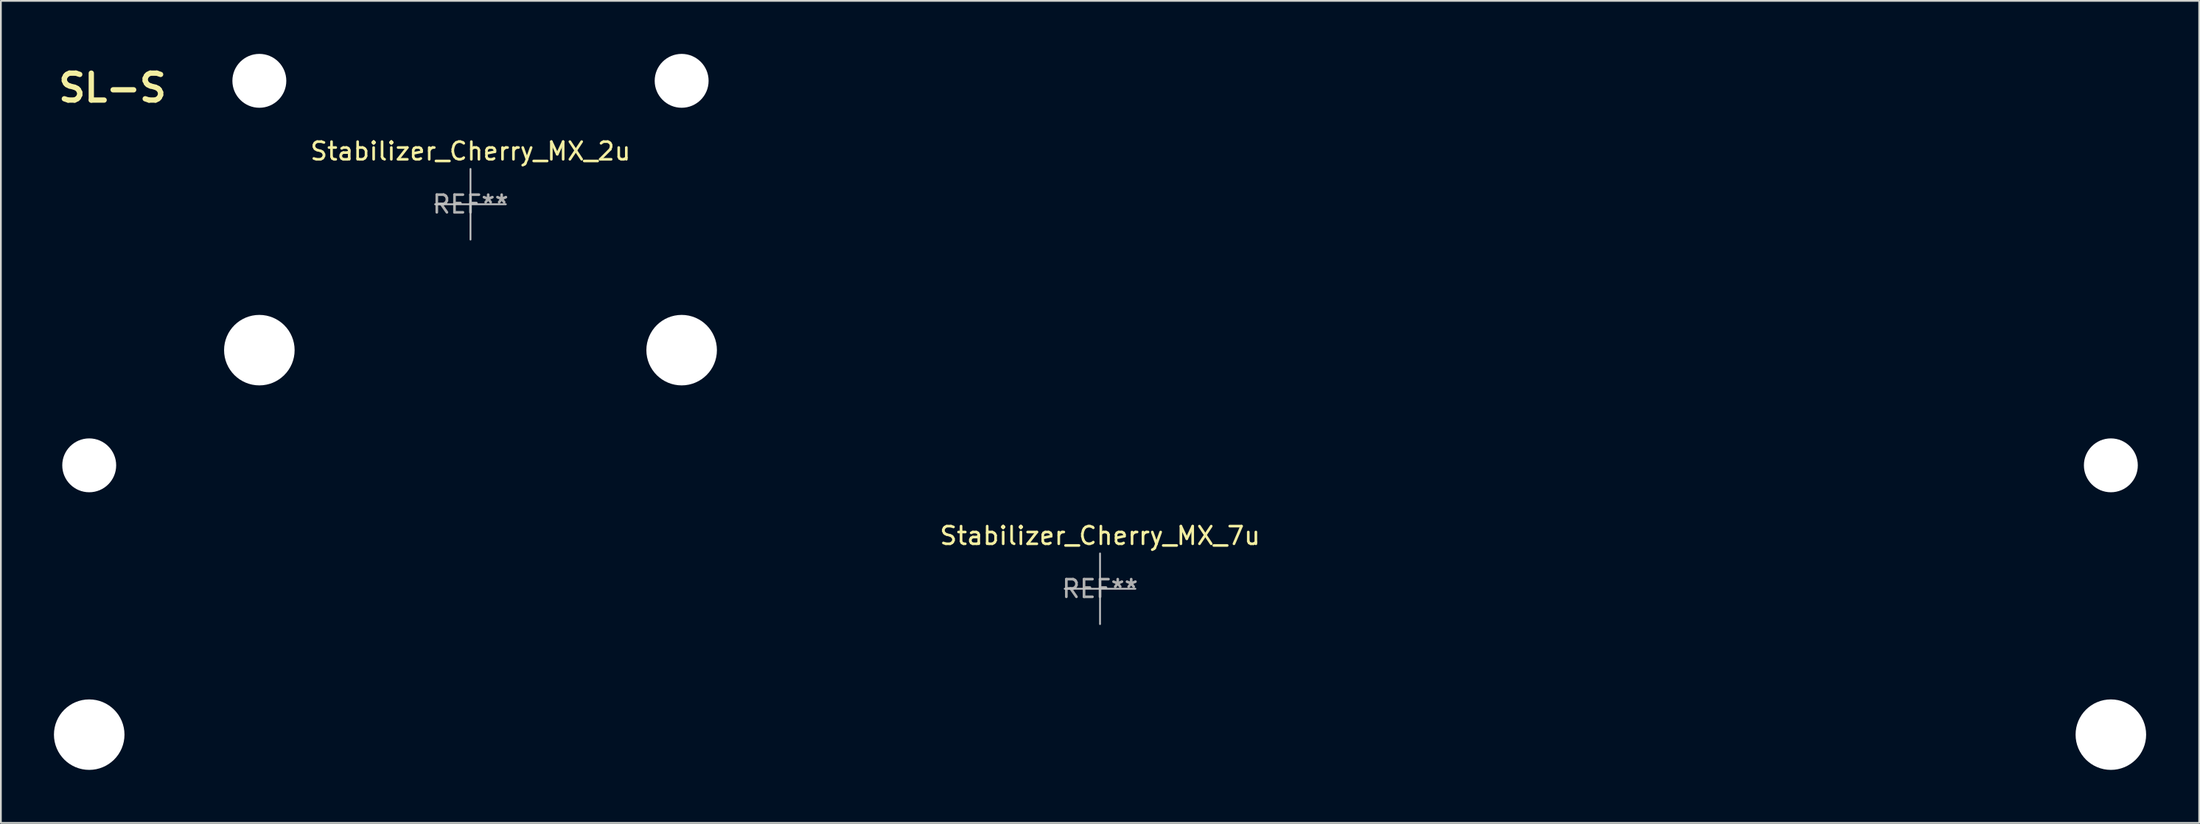
<source format=kicad_pcb>
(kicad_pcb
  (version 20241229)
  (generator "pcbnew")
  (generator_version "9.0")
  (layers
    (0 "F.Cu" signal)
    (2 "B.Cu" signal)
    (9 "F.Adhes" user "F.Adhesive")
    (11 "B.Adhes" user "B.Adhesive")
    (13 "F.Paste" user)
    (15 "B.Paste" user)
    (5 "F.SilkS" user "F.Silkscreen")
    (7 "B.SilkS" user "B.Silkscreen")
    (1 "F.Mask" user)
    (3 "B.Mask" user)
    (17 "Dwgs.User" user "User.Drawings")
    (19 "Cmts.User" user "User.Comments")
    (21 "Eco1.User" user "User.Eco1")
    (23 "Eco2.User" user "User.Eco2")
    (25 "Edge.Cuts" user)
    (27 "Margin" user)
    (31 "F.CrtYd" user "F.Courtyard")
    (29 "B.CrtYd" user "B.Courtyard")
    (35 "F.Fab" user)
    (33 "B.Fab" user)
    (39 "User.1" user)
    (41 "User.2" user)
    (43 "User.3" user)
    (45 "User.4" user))
  (footprint "Stabilizer_Cherry_MX_7u"
    (layer "F.Cu")
    (at 59.144 30.267)
    (property "Reference" "Stabilizer_Cherry_MX_7u" (at 0 -3 0) (layer "F.SilkS") (effects (font (size 1 1) (thickness 0.15))))
    (attr exclude_from_pos_files exclude_from_bom)
    (fp_line (start -2 0) (end 2 0) (stroke (width 0.1) (type solid)) (layer "Dwgs.User"))
    (fp_line (start 0 2) (end 0 -2) (stroke (width 0.1) (type solid)) (layer "Dwgs.User"))
    (fp_text user "REF**" (at 0 0 0) (layer "F.Fab") (effects (font (size 1 1) (thickness 0.15))))
    (pad "" np_thru_hole circle (at -57.15 -6.985) (size 3.048 3.048) (drill 3.048) (layers "*.Cu" "*.Mask"))
    (pad "" np_thru_hole circle (at -57.15 8.255) (size 3.988 3.988) (drill 3.988) (layers "*.Cu" "*.Mask"))
    (pad "" np_thru_hole circle (at 57.15 -6.985) (size 3.048 3.048) (drill 3.048) (layers "*.Cu" "*.Mask"))
    (pad "" np_thru_hole circle (at 57.15 8.255) (size 3.988 3.988) (drill 3.988) (layers "*.Cu" "*.Mask")))
  (footprint "Stabilizer_Cherry_MX_2u"
    (layer "F.Cu")
    (at 23.551 8.509)
    (property "Reference" "Stabilizer_Cherry_MX_2u" (at 0 -3 0) (layer "F.SilkS") (effects (font (size 1 1) (thickness 0.15))))
    (attr exclude_from_pos_files exclude_from_bom)
    (fp_line (start -2 0) (end 2 0) (stroke (width 0.1) (type solid)) (layer "Dwgs.User"))
    (fp_line (start 0 2) (end 0 -2) (stroke (width 0.1) (type solid)) (layer "Dwgs.User"))
    (fp_text user "REF**" (at 0 0 0) (layer "F.Fab") (effects (font (size 1 1) (thickness 0.15))))
    (pad "" np_thru_hole circle (at -11.938 -6.985) (size 3.048 3.048) (drill 3.048) (layers "*.Cu" "*.Mask"))
    (pad "" np_thru_hole circle (at -11.938 8.255) (size 3.988 3.988) (drill 3.988) (layers "*.Cu" "*.Mask"))
    (pad "" np_thru_hole circle (at 11.938 -6.985) (size 3.048 3.048) (drill 3.048) (layers "*.Cu" "*.Mask"))
    (pad "" np_thru_hole circle (at 11.938 8.255) (size 3.988 3.988) (drill 3.988) (layers "*.Cu" "*.Mask")))
  (footprint "SL-S"
    (layer "F.Cu")
    (at 3.309 1.923)
    (property "Reference" "SL-S" (at 0 0 0) (layer "F.SilkS") (effects (font (size 1.524 1.524) (thickness 0.3))))
    (attr board_only exclude_from_pos_files exclude_from_bom)
    (fp_poly (pts (xy -1.701 -0.869) (xy -1.634 -0.852) (xy -1.573 -0.823) (xy -1.519 -0.784) (xy -1.474 -0.735) (xy -1.438 -0.678) (xy -1.414 -0.613) (xy -1.41 -0.596) (xy -1.408 -0.579) (xy -1.406 -0.55) (xy -1.405 -0.509) (xy -1.403 -0.459) (xy -1.402 -0.4) (xy -1.401 -0.333) (xy -1.401 -0.261) (xy -1.4 -0.185) (xy -1.4 -0.105) (xy -1.399 -0.023) (xy -1.4 0.059) (xy -1.4 0.139) (xy -1.4 0.218) (xy -1.401 0.293) (xy -1.402 0.363) (xy -1.403 0.426) (xy -1.404 0.482) (xy -1.406 0.528) (xy -1.407 0.564) (xy -1.409 0.588) (xy -1.41 0.596) (xy -1.431 0.661) (xy -1.464 0.721) (xy -1.506 0.772) (xy -1.558 0.814) (xy -1.618 0.846) (xy -1.679 0.865) (xy -1.725 0.873) (xy -1.765 0.874) (xy -1.807 0.868) (xy -1.824 0.865) (xy -1.889 0.844) (xy -1.947 0.811) (xy -1.998 0.768) (xy -2.04 0.716) (xy -2.071 0.657) (xy -2.09 0.596) (xy -2.092 0.579) (xy -2.094 0.55) (xy -2.096 0.509) (xy -2.097 0.459) (xy -2.098 0.4) (xy -2.099 0.333) (xy -2.1 0.261) (xy -2.101 0.185) (xy -2.101 0.105) (xy -2.101 0.023) (xy -2.101 -0.059) (xy -2.101 -0.139) (xy -2.1 -0.218) (xy -2.1 -0.293) (xy -2.099 -0.363) (xy -2.098 -0.426) (xy -2.096 -0.482) (xy -2.095 -0.528) (xy -2.093 -0.564) (xy -2.091 -0.588) (xy -2.09 -0.596) (xy -2.07 -0.66) (xy -2.038 -0.718) (xy -1.997 -0.769) (xy -1.948 -0.81) (xy -1.892 -0.842) (xy -1.831 -0.863) (xy -1.767 -0.873)) (stroke (width 0) (type solid)) (fill yes) (layer "F.Mask"))
    (fp_poly (pts (xy 1.799 -0.869) (xy 1.867 -0.852) (xy 1.928 -0.823) (xy 1.982 -0.784) (xy 2.027 -0.735) (xy 2.062 -0.678) (xy 2.086 -0.613) (xy 2.09 -0.596) (xy 2.092 -0.579) (xy 2.094 -0.55) (xy 2.096 -0.509) (xy 2.097 -0.459) (xy 2.098 -0.4) (xy 2.099 -0.333) (xy 2.1 -0.261) (xy 2.101 -0.185) (xy 2.101 -0.105) (xy 2.101 -0.023) (xy 2.101 0.059) (xy 2.101 0.139) (xy 2.1 0.218) (xy 2.1 0.293) (xy 2.099 0.363) (xy 2.098 0.426) (xy 2.096 0.482) (xy 2.095 0.528) (xy 2.093 0.564) (xy 2.091 0.588) (xy 2.09 0.596) (xy 2.069 0.661) (xy 2.037 0.721) (xy 1.994 0.772) (xy 1.942 0.814) (xy 1.883 0.846) (xy 1.821 0.865) (xy 1.776 0.873) (xy 1.736 0.874) (xy 1.693 0.868) (xy 1.676 0.865) (xy 1.612 0.844) (xy 1.554 0.811) (xy 1.503 0.768) (xy 1.461 0.716) (xy 1.429 0.657) (xy 1.41 0.596) (xy 1.408 0.579) (xy 1.406 0.55) (xy 1.405 0.509) (xy 1.403 0.459) (xy 1.402 0.4) (xy 1.401 0.333) (xy 1.401 0.261) (xy 1.4 0.185) (xy 1.4 0.105) (xy 1.399 0.023) (xy 1.4 -0.059) (xy 1.4 -0.139) (xy 1.4 -0.218) (xy 1.401 -0.293) (xy 1.402 -0.363) (xy 1.403 -0.426) (xy 1.404 -0.482) (xy 1.406 -0.528) (xy 1.407 -0.564) (xy 1.409 -0.588) (xy 1.41 -0.596) (xy 1.431 -0.66) (xy 1.462 -0.718) (xy 1.503 -0.769) (xy 1.553 -0.81) (xy 1.608 -0.842) (xy 1.669 -0.863) (xy 1.734 -0.873)) (stroke (width 0) (type solid)) (fill yes) (layer "F.Mask"))
    (fp_poly (pts (xy -0.793 -1.388) (xy -0.732 -1.367) (xy -0.677 -1.335) (xy -0.627 -1.293) (xy -0.586 -1.242) (xy -0.555 -1.184) (xy -0.535 -1.121) (xy -0.534 -1.107) (xy -0.532 -1.08) (xy -0.531 -1.041) (xy -0.53 -0.991) (xy -0.529 -0.931) (xy -0.528 -0.861) (xy -0.527 -0.783) (xy -0.526 -0.698) (xy -0.526 -0.606) (xy -0.525 -0.509) (xy -0.525 -0.407) (xy -0.525 -0.302) (xy -0.524 -0.194) (xy -0.524 -0.084) (xy -0.524 0.026) (xy -0.524 0.136) (xy -0.524 0.245) (xy -0.525 0.352) (xy -0.525 0.455) (xy -0.526 0.555) (xy -0.526 0.65) (xy -0.527 0.739) (xy -0.528 0.821) (xy -0.528 0.895) (xy -0.529 0.96) (xy -0.531 1.016) (xy -0.532 1.061) (xy -0.533 1.094) (xy -0.534 1.115) (xy -0.535 1.121) (xy -0.556 1.187) (xy -0.588 1.246) (xy -0.631 1.297) (xy -0.683 1.339) (xy -0.743 1.371) (xy -0.804 1.39) (xy -0.849 1.398) (xy -0.89 1.399) (xy -0.932 1.393) (xy -0.949 1.39) (xy -1.014 1.369) (xy -1.072 1.336) (xy -1.123 1.293) (xy -1.165 1.241) (xy -1.196 1.182) (xy -1.215 1.121) (xy -1.217 1.107) (xy -1.218 1.08) (xy -1.219 1.041) (xy -1.22 0.991) (xy -1.221 0.931) (xy -1.222 0.861) (xy -1.223 0.783) (xy -1.224 0.698) (xy -1.224 0.606) (xy -1.225 0.509) (xy -1.225 0.407) (xy -1.226 0.302) (xy -1.226 0.194) (xy -1.226 0.084) (xy -1.226 -0.026) (xy -1.226 -0.136) (xy -1.226 -0.245) (xy -1.226 -0.352) (xy -1.225 -0.455) (xy -1.225 -0.555) (xy -1.224 -0.65) (xy -1.223 -0.739) (xy -1.223 -0.821) (xy -1.222 -0.895) (xy -1.221 -0.96) (xy -1.22 -1.016) (xy -1.219 -1.061) (xy -1.217 -1.094) (xy -1.216 -1.115) (xy -1.215 -1.121) (xy -1.194 -1.187) (xy -1.162 -1.246) (xy -1.119 -1.297) (xy -1.068 -1.339) (xy -1.008 -1.371) (xy -0.942 -1.391) (xy -0.924 -1.394) (xy -0.858 -1.398)) (stroke (width 0) (type solid)) (fill yes) (layer "F.Mask"))
    (fp_poly (pts (xy 0.957 -1.388) (xy 1.018 -1.367) (xy 1.074 -1.335) (xy 1.123 -1.293) (xy 1.164 -1.242) (xy 1.195 -1.184) (xy 1.215 -1.121) (xy 1.217 -1.107) (xy 1.218 -1.08) (xy 1.219 -1.041) (xy 1.22 -0.991) (xy 1.221 -0.931) (xy 1.222 -0.861) (xy 1.223 -0.783) (xy 1.224 -0.698) (xy 1.224 -0.606) (xy 1.225 -0.509) (xy 1.225 -0.407) (xy 1.226 -0.302) (xy 1.226 -0.194) (xy 1.226 -0.084) (xy 1.226 0.026) (xy 1.226 0.136) (xy 1.226 0.245) (xy 1.226 0.352) (xy 1.225 0.455) (xy 1.225 0.555) (xy 1.224 0.65) (xy 1.223 0.739) (xy 1.223 0.821) (xy 1.222 0.895) (xy 1.221 0.96) (xy 1.22 1.016) (xy 1.219 1.061) (xy 1.217 1.094) (xy 1.216 1.115) (xy 1.215 1.121) (xy 1.194 1.187) (xy 1.162 1.246) (xy 1.119 1.297) (xy 1.067 1.339) (xy 1.008 1.371) (xy 0.946 1.39) (xy 0.901 1.398) (xy 0.861 1.399) (xy 0.818 1.393) (xy 0.801 1.39) (xy 0.737 1.369) (xy 0.678 1.336) (xy 0.628 1.293) (xy 0.586 1.241) (xy 0.554 1.182) (xy 0.535 1.121) (xy 0.534 1.107) (xy 0.532 1.08) (xy 0.531 1.041) (xy 0.53 0.991) (xy 0.529 0.931) (xy 0.528 0.861) (xy 0.527 0.783) (xy 0.526 0.698) (xy 0.526 0.606) (xy 0.525 0.509) (xy 0.525 0.407) (xy 0.525 0.302) (xy 0.524 0.194) (xy 0.524 0.084) (xy 0.524 -0.026) (xy 0.524 -0.136) (xy 0.524 -0.245) (xy 0.525 -0.352) (xy 0.525 -0.455) (xy 0.526 -0.555) (xy 0.526 -0.65) (xy 0.527 -0.739) (xy 0.528 -0.821) (xy 0.528 -0.895) (xy 0.529 -0.96) (xy 0.531 -1.016) (xy 0.532 -1.061) (xy 0.533 -1.094) (xy 0.534 -1.115) (xy 0.535 -1.121) (xy 0.556 -1.187) (xy 0.588 -1.246) (xy 0.631 -1.297) (xy 0.683 -1.339) (xy 0.742 -1.371) (xy 0.808 -1.391) (xy 0.826 -1.394) (xy 0.893 -1.398)) (stroke (width 0) (type solid)) (fill yes) (layer "F.Mask"))
    (fp_poly (pts (xy 0.082 -1.913) (xy 0.143 -1.892) (xy 0.199 -1.86) (xy 0.248 -1.818) (xy 0.289 -1.768) (xy 0.32 -1.71) (xy 0.34 -1.646) (xy 0.341 -1.634) (xy 0.342 -1.608) (xy 0.343 -1.569) (xy 0.344 -1.519) (xy 0.345 -1.459) (xy 0.346 -1.387) (xy 0.347 -1.307) (xy 0.348 -1.218) (xy 0.348 -1.121) (xy 0.349 -1.017) (xy 0.349 -0.907) (xy 0.35 -0.791) (xy 0.35 -0.671) (xy 0.35 -0.546) (xy 0.351 -0.418) (xy 0.351 -0.288) (xy 0.351 -0.156) (xy 0.351 -0.024) (xy 0.351 0.109) (xy 0.351 0.242) (xy 0.351 0.372) (xy 0.351 0.501) (xy 0.35 0.627) (xy 0.35 0.749) (xy 0.349 0.867) (xy 0.349 0.979) (xy 0.348 1.085) (xy 0.348 1.185) (xy 0.347 1.276) (xy 0.346 1.36) (xy 0.346 1.434) (xy 0.345 1.499) (xy 0.344 1.553) (xy 0.343 1.596) (xy 0.342 1.626) (xy 0.34 1.643) (xy 0.34 1.646) (xy 0.319 1.712) (xy 0.287 1.771) (xy 0.244 1.822) (xy 0.192 1.864) (xy 0.132 1.896) (xy 0.071 1.915) (xy 0.026 1.923) (xy -0.014 1.924) (xy -0.057 1.918) (xy -0.074 1.915) (xy -0.138 1.894) (xy -0.197 1.861) (xy -0.248 1.818) (xy -0.289 1.766) (xy -0.321 1.707) (xy -0.34 1.646) (xy -0.341 1.634) (xy -0.342 1.608) (xy -0.343 1.569) (xy -0.344 1.519) (xy -0.345 1.459) (xy -0.346 1.387) (xy -0.347 1.307) (xy -0.348 1.218) (xy -0.348 1.121) (xy -0.349 1.017) (xy -0.349 0.907) (xy -0.35 0.791) (xy -0.35 0.671) (xy -0.35 0.546) (xy -0.351 0.418) (xy -0.351 0.288) (xy -0.351 0.156) (xy -0.351 0.024) (xy -0.351 -0.109) (xy -0.351 -0.242) (xy -0.351 -0.372) (xy -0.351 -0.501) (xy -0.35 -0.627) (xy -0.35 -0.749) (xy -0.349 -0.867) (xy -0.349 -0.979) (xy -0.348 -1.085) (xy -0.348 -1.185) (xy -0.347 -1.276) (xy -0.346 -1.36) (xy -0.346 -1.434) (xy -0.345 -1.499) (xy -0.344 -1.553) (xy -0.343 -1.596) (xy -0.342 -1.626) (xy -0.34 -1.643) (xy -0.34 -1.646) (xy -0.319 -1.712) (xy -0.287 -1.771) (xy -0.244 -1.822) (xy -0.192 -1.864) (xy -0.133 -1.896) (xy -0.067 -1.916) (xy -0.049 -1.919) (xy 0.017 -1.923)) (stroke (width 0) (type solid)) (fill yes) (layer "F.Mask")))
  (gr_rect
    (start -3 -3)
    (end 121.288 43.516)
    (stroke (width 0.1) (type default))
    (fill no)
    (layer "Edge.Cuts")))
</source>
